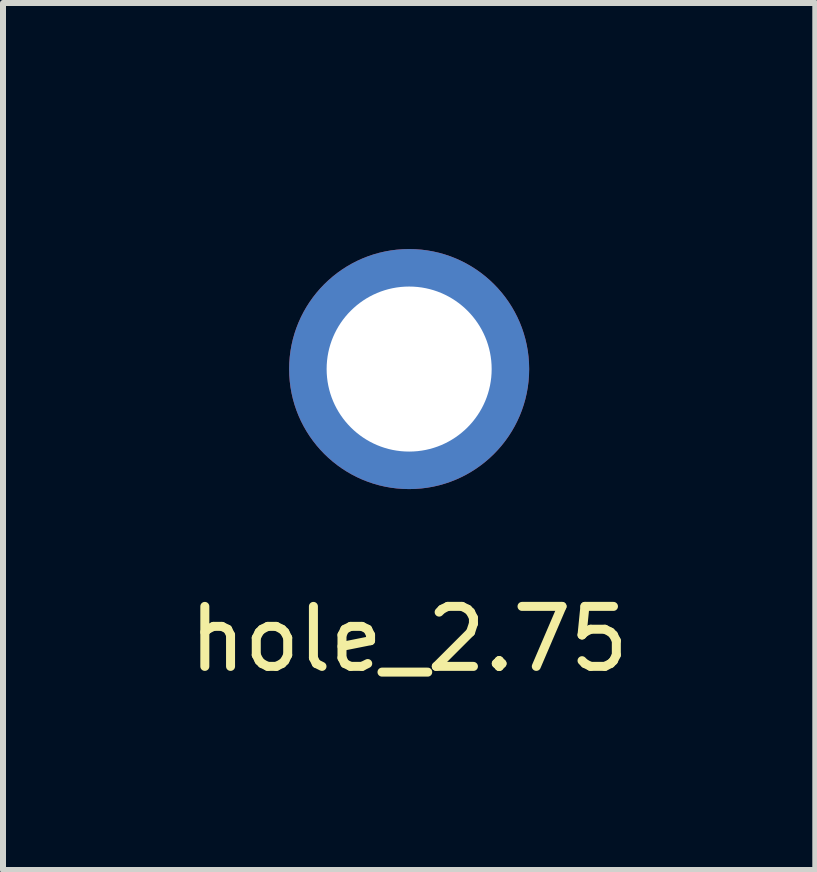
<source format=kicad_pcb>
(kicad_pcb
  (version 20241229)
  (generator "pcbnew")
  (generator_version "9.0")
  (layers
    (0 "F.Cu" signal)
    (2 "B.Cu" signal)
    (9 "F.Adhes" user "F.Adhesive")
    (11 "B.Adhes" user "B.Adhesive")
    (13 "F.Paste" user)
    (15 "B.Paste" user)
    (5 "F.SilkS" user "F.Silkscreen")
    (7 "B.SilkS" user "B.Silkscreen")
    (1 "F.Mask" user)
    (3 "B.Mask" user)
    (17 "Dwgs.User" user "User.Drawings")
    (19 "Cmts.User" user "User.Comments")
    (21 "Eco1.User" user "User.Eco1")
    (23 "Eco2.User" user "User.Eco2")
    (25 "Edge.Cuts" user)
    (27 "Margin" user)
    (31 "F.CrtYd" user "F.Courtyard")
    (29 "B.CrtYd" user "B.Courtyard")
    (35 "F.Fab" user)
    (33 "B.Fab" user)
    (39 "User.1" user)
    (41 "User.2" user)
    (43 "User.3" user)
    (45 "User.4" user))
  (footprint "hole_2.75"
    (layer "F.Cu")
    (at 3.768 3.1)
    (property "Reference" "hole_2.75" (at 0 4.5 0) (layer "F.SilkS") (effects (font (size 1 1) (thickness 0.15))))
    (attr through_hole)
    (fp_circle (center 0 0) (end 2.5 0) (stroke (width 1.2) (type solid)) (fill no) (layer "F.Mask"))
    (fp_circle (center 0 0) (end 2.5 0) (stroke (width 1.2) (type solid)) (fill no) (layer "B.Mask"))
    (pad "" np_thru_hole circle (at 0 0) (size 4 4) (drill 2.75) (layers "*.Cu" "*.Mask")))
  (gr_rect
    (start -3 -3)
    (end 10.536 11.448)
    (stroke (width 0.1) (type default))
    (fill no)
    (layer "Edge.Cuts")))
</source>
